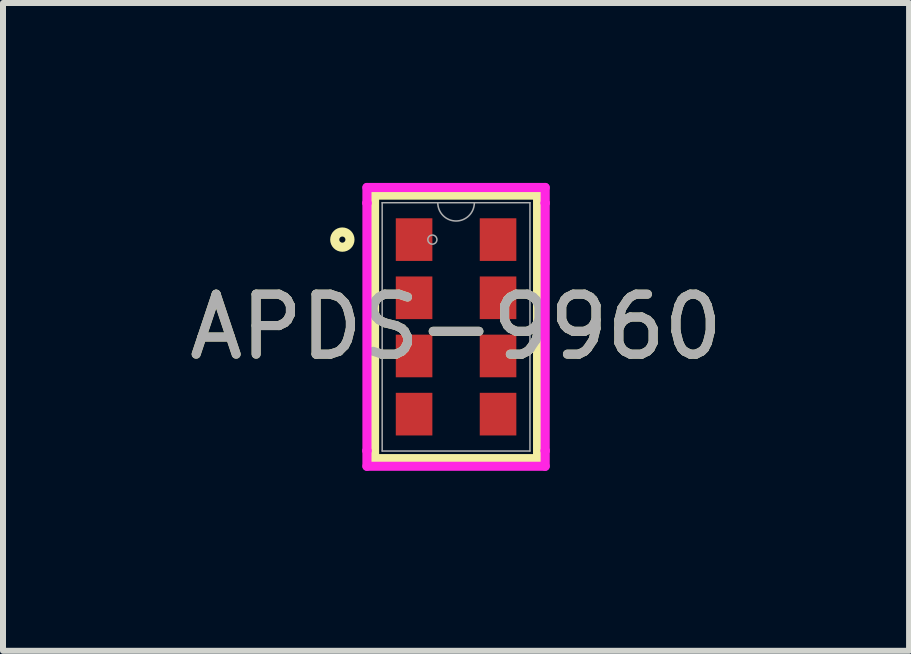
<source format=kicad_pcb>
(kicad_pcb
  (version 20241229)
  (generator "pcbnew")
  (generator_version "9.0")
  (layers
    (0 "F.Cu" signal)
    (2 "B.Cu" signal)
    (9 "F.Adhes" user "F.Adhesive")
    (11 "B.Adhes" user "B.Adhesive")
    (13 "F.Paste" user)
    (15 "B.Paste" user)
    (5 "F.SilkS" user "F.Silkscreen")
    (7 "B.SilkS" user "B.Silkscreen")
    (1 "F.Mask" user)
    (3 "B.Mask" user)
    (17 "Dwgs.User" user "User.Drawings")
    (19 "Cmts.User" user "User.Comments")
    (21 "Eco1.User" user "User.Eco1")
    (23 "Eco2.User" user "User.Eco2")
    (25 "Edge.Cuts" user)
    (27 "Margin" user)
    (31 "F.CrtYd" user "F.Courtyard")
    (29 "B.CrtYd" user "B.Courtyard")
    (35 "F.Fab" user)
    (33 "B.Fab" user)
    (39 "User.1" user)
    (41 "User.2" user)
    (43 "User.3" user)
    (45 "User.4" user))
  (footprint "APDS-9960"
    (layer "F.Cu")
    (at 4.554 2.4)
    (property "Reference" "APDS-9960" (at 0 0 0) (unlocked yes) (layer "F.SilkS") (effects (font (size 1 1) (thickness 0.15))))
    (attr smd)
    (fp_line (start -1.359 -2.197) (end -1.359 2.197) (stroke (width 0.152) (type solid)) (layer "F.SilkS"))
    (fp_line (start -1.359 2.197) (end 1.359 2.197) (stroke (width 0.152) (type solid)) (layer "F.SilkS"))
    (fp_line (start 1.359 -2.197) (end -1.359 -2.197) (stroke (width 0.152) (type solid)) (layer "F.SilkS"))
    (fp_line (start 1.359 2.197) (end 1.359 -2.197) (stroke (width 0.152) (type solid)) (layer "F.SilkS"))
    (fp_circle (center -1.896 -1.455) (end -1.769 -1.455) (stroke (width 0.152) (type solid)) (fill no) (layer "F.SilkS"))
    (fp_line (start -1.486 -2.324) (end 1.486 -2.324) (stroke (width 0.152) (type solid)) (layer "F.CrtYd"))
    (fp_line (start -1.486 -2.065) (end -1.486 -2.324) (stroke (width 0.152) (type solid)) (layer "F.CrtYd"))
    (fp_line (start -1.486 -2.065) (end -1.486 -2.065) (stroke (width 0.152) (type solid)) (layer "F.CrtYd"))
    (fp_line (start -1.486 2.065) (end -1.486 -2.065) (stroke (width 0.152) (type solid)) (layer "F.CrtYd"))
    (fp_line (start -1.486 2.065) (end -1.486 2.065) (stroke (width 0.152) (type solid)) (layer "F.CrtYd"))
    (fp_line (start -1.486 2.324) (end -1.486 2.065) (stroke (width 0.152) (type solid)) (layer "F.CrtYd"))
    (fp_line (start 1.486 -2.324) (end 1.486 -2.065) (stroke (width 0.152) (type solid)) (layer "F.CrtYd"))
    (fp_line (start 1.486 -2.065) (end 1.486 -2.065) (stroke (width 0.152) (type solid)) (layer "F.CrtYd"))
    (fp_line (start 1.486 -2.065) (end 1.486 2.065) (stroke (width 0.152) (type solid)) (layer "F.CrtYd"))
    (fp_line (start 1.486 2.065) (end 1.486 2.065) (stroke (width 0.152) (type solid)) (layer "F.CrtYd"))
    (fp_line (start 1.486 2.065) (end 1.486 2.324) (stroke (width 0.152) (type solid)) (layer "F.CrtYd"))
    (fp_line (start 1.486 2.324) (end -1.486 2.324) (stroke (width 0.152) (type solid)) (layer "F.CrtYd"))
    (fp_line (start -1.232 -2.07) (end -1.232 2.07) (stroke (width 0.025) (type solid)) (layer "F.Fab"))
    (fp_line (start -1.232 2.07) (end 1.232 2.07) (stroke (width 0.025) (type solid)) (layer "F.Fab"))
    (fp_line (start 1.232 -2.07) (end -1.232 -2.07) (stroke (width 0.025) (type solid)) (layer "F.Fab"))
    (fp_line (start 1.232 2.07) (end 1.232 -2.07) (stroke (width 0.025) (type solid)) (layer "F.Fab"))
    (fp_arc (start 0.3048 -2.0701) (mid 0 -1.7653) (end -0.3048 -2.0701) (stroke (width 0.0254) (type solid)) (layer "F.Fab"))
    (fp_circle (center -0.395 -1.455) (end -0.319 -1.455) (stroke (width 0.025) (type solid)) (fill no) (layer "F.Fab"))
    (fp_text user "${REFERENCE}" (at 0 0 0) (unlocked yes) (layer "F.Fab") (effects (font (size 1 1) (thickness 0.15))))
    (pad "1" smd rect (at -0.7 -1.455) (size 0.61 0.711) (layers "F.Cu" "F.Mask" "F.Paste"))
    (pad "2" smd rect (at -0.7 -0.485) (size 0.61 0.711) (layers "F.Cu" "F.Mask" "F.Paste"))
    (pad "3" smd rect (at -0.7 0.485) (size 0.61 0.711) (layers "F.Cu" "F.Mask" "F.Paste"))
    (pad "4" smd rect (at -0.7 1.455) (size 0.61 0.711) (layers "F.Cu" "F.Mask" "F.Paste"))
    (pad "5" smd rect (at 0.7 1.455) (size 0.61 0.711) (layers "F.Cu" "F.Mask" "F.Paste"))
    (pad "6" smd rect (at 0.7 0.485) (size 0.61 0.711) (layers "F.Cu" "F.Mask" "F.Paste"))
    (pad "7" smd rect (at 0.7 -0.485) (size 0.61 0.711) (layers "F.Cu" "F.Mask" "F.Paste"))
    (pad "8" smd rect (at 0.7 -1.455) (size 0.61 0.711) (layers "F.Cu" "F.Mask" "F.Paste")))
  (gr_rect
    (start -3 -3)
    (end 12.107 7.801)
    (stroke (width 0.1) (type default))
    (fill no)
    (layer "Edge.Cuts")))
</source>
